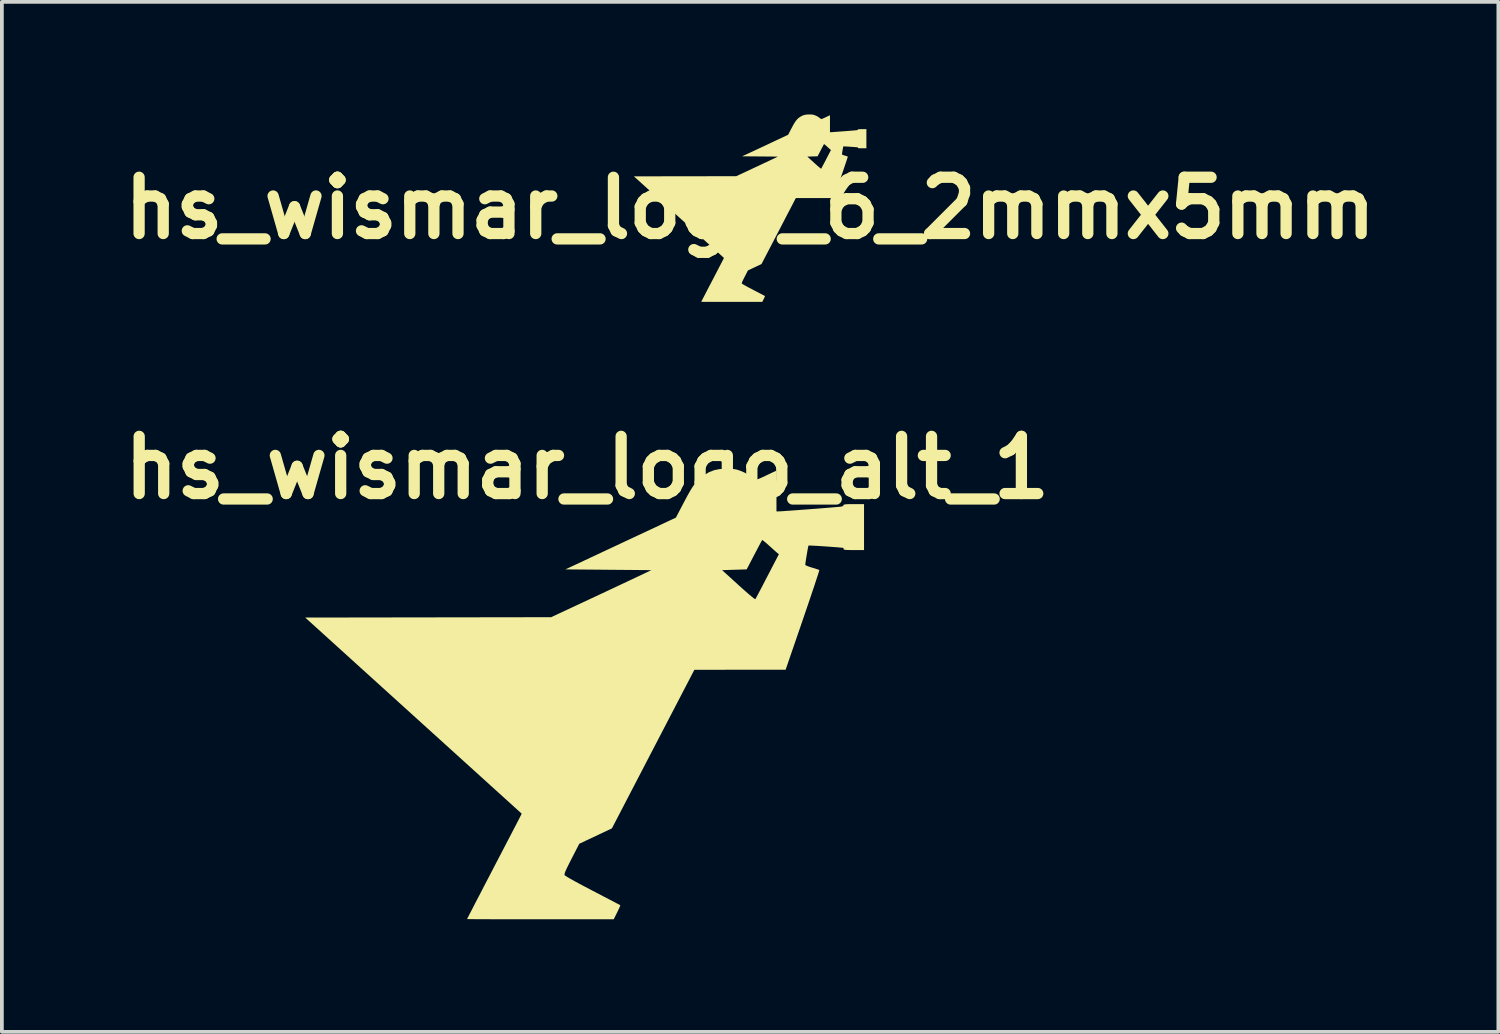
<source format=kicad_pcb>
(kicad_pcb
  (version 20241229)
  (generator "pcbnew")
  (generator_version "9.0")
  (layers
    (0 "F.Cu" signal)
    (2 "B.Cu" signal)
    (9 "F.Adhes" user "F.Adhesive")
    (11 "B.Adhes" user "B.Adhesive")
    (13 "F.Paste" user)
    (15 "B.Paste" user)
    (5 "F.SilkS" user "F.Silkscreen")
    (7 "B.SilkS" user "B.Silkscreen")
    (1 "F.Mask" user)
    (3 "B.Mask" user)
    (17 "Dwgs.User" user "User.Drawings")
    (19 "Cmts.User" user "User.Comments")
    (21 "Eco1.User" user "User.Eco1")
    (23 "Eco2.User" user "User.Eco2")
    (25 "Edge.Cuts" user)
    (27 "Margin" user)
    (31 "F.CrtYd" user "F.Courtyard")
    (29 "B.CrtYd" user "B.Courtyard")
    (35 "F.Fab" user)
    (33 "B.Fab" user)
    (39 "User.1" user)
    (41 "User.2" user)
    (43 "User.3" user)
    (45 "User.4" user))
  (footprint "hs_wismar_logo_6_2mmx5mm"
    (layer "F.Cu")
    (at 16.943 2.496)
    (property "Reference" "hs_wismar_logo_6_2mmx5mm" (at 0 0 0) (layer "F.SilkS") (effects (font (size 1.5 1.5) (thickness 0.3))))
    (attr board_only exclude_from_pos_files exclude_from_bom)
    (fp_poly (pts (xy 1.62 -2.495) (xy 1.655 -2.493) (xy 1.685 -2.487) (xy 1.716 -2.478) (xy 1.716 -2.478) (xy 1.771 -2.455) (xy 1.823 -2.425) (xy 1.866 -2.393) (xy 1.871 -2.389) (xy 1.88 -2.381) (xy 1.888 -2.376) (xy 1.898 -2.374) (xy 1.912 -2.377) (xy 1.932 -2.384) (xy 1.961 -2.397) (xy 2.001 -2.415) (xy 2.033 -2.43) (xy 2.128 -2.475) (xy 2.128 -2.249) (xy 2.128 -2.023) (xy 2.15 -2.023) (xy 2.165 -2.023) (xy 2.193 -2.025) (xy 2.233 -2.028) (xy 2.283 -2.031) (xy 2.34 -2.036) (xy 2.402 -2.04) (xy 2.468 -2.045) (xy 2.534 -2.05) (xy 2.599 -2.055) (xy 2.662 -2.06) (xy 2.718 -2.065) (xy 2.767 -2.069) (xy 2.806 -2.072) (xy 2.833 -2.075) (xy 2.846 -2.076) (xy 2.865 -2.082) (xy 2.873 -2.092) (xy 2.875 -2.097) (xy 2.884 -2.1) (xy 2.902 -2.102) (xy 2.931 -2.103) (xy 2.973 -2.104) (xy 2.986 -2.104) (xy 3.099 -2.104) (xy 3.099 -1.849) (xy 3.099 -1.594) (xy 2.986 -1.594) (xy 2.94 -1.594) (xy 2.908 -1.595) (xy 2.888 -1.597) (xy 2.877 -1.6) (xy 2.873 -1.604) (xy 2.873 -1.606) (xy 2.871 -1.617) (xy 2.871 -1.619) (xy 2.839 -1.622) (xy 2.798 -1.625) (xy 2.752 -1.629) (xy 2.703 -1.632) (xy 2.653 -1.636) (xy 2.605 -1.639) (xy 2.561 -1.642) (xy 2.525 -1.643) (xy 2.499 -1.644) (xy 2.485 -1.644) (xy 2.483 -1.644) (xy 2.481 -1.635) (xy 2.477 -1.614) (xy 2.471 -1.584) (xy 2.465 -1.548) (xy 2.459 -1.512) (xy 2.454 -1.478) (xy 2.45 -1.45) (xy 2.448 -1.432) (xy 2.448 -1.429) (xy 2.455 -1.424) (xy 2.474 -1.416) (xy 2.503 -1.406) (xy 2.523 -1.399) (xy 2.556 -1.389) (xy 2.583 -1.381) (xy 2.6 -1.374) (xy 2.603 -1.372) (xy 2.602 -1.364) (xy 2.595 -1.342) (xy 2.584 -1.307) (xy 2.569 -1.26) (xy 2.55 -1.203) (xy 2.527 -1.136) (xy 2.502 -1.062) (xy 2.475 -0.981) (xy 2.445 -0.894) (xy 2.419 -0.817) (xy 2.23 -0.267) (xy 1.724 -0.267) (xy 1.218 -0.267) (xy 1.066 0.027) (xy 1.037 0.082) (xy 1.001 0.15) (xy 0.96 0.229) (xy 0.915 0.316) (xy 0.866 0.411) (xy 0.815 0.509) (xy 0.762 0.611) (xy 0.708 0.714) (xy 0.655 0.816) (xy 0.608 0.906) (xy 0.303 1.492) (xy 0.122 1.577) (xy -0.059 1.663) (xy -0.144 1.829) (xy -0.172 1.884) (xy -0.193 1.926) (xy -0.207 1.957) (xy -0.217 1.98) (xy -0.221 1.996) (xy -0.222 2.006) (xy -0.221 2.011) (xy -0.211 2.019) (xy -0.189 2.033) (xy -0.155 2.053) (xy -0.109 2.078) (xy -0.055 2.108) (xy 0.009 2.141) (xy 0.079 2.178) (xy 0.09 2.184) (xy 0.155 2.218) (xy 0.215 2.249) (xy 0.269 2.277) (xy 0.315 2.301) (xy 0.352 2.321) (xy 0.379 2.335) (xy 0.394 2.343) (xy 0.396 2.344) (xy 0.394 2.352) (xy 0.386 2.372) (xy 0.374 2.399) (xy 0.362 2.424) (xy 0.324 2.5) (xy -0.489 2.5) (xy -0.603 2.5) (xy -0.711 2.5) (xy -0.814 2.5) (xy -0.91 2.5) (xy -0.998 2.5) (xy -1.077 2.5) (xy -1.146 2.499) (xy -1.204 2.499) (xy -1.249 2.499) (xy -1.282 2.498) (xy -1.299 2.498) (xy -1.303 2.498) (xy -1.299 2.49) (xy -1.289 2.47) (xy -1.272 2.437) (xy -1.249 2.393) (xy -1.221 2.339) (xy -1.189 2.277) (xy -1.153 2.207) (xy -1.113 2.13) (xy -1.07 2.048) (xy -1.025 1.962) (xy -1.023 1.958) (xy -0.977 1.87) (xy -0.933 1.785) (xy -0.891 1.705) (xy -0.853 1.631) (xy -0.818 1.563) (xy -0.787 1.504) (xy -0.761 1.454) (xy -0.741 1.415) (xy -0.727 1.388) (xy -0.72 1.375) (xy -0.697 1.329) (xy -1.897 0.242) (xy -3.098 -0.846) (xy -1.734 -0.848) (xy -0.37 -0.85) (xy 0.116 -1.077) (xy 0.202 -1.117) (xy 0.284 -1.156) (xy 0.363 -1.193) (xy 0.436 -1.227) (xy 0.502 -1.258) (xy 0.559 -1.285) (xy 0.607 -1.308) (xy 0.643 -1.325) (xy 0.667 -1.336) (xy 0.672 -1.338) (xy 0.74 -1.372) (xy 1.525 -1.372) (xy 1.706 -1.207) (xy 1.752 -1.166) (xy 1.793 -1.129) (xy 1.83 -1.098) (xy 1.859 -1.073) (xy 1.88 -1.057) (xy 1.892 -1.049) (xy 1.893 -1.049) (xy 1.898 -1.058) (xy 1.91 -1.079) (xy 1.927 -1.111) (xy 1.949 -1.153) (xy 1.975 -1.202) (xy 2.004 -1.256) (xy 2.027 -1.302) (xy 2.155 -1.548) (xy 2.134 -1.565) (xy 2.12 -1.577) (xy 2.097 -1.597) (xy 2.069 -1.623) (xy 2.044 -1.646) (xy 2.016 -1.67) (xy 1.993 -1.69) (xy 1.977 -1.702) (xy 1.97 -1.705) (xy 1.965 -1.697) (xy 1.954 -1.677) (xy 1.937 -1.646) (xy 1.917 -1.607) (xy 1.893 -1.563) (xy 1.882 -1.54) (xy 1.798 -1.38) (xy 1.662 -1.376) (xy 1.525 -1.372) (xy 0.74 -1.372) (xy 0.264 -1.376) (xy -0.213 -1.38) (xy 0.037 -1.496) (xy 0.111 -1.53) (xy 0.175 -1.561) (xy 0.234 -1.588) (xy 0.288 -1.613) (xy 0.341 -1.638) (xy 0.395 -1.663) (xy 0.451 -1.69) (xy 0.513 -1.719) (xy 0.583 -1.752) (xy 0.663 -1.79) (xy 0.751 -1.831) (xy 1.013 -1.954) (xy 1.103 -2.127) (xy 1.141 -2.198) (xy 1.174 -2.256) (xy 1.204 -2.303) (xy 1.232 -2.341) (xy 1.259 -2.372) (xy 1.288 -2.398) (xy 1.319 -2.422) (xy 1.329 -2.428) (xy 1.385 -2.46) (xy 1.44 -2.481) (xy 1.5 -2.492) (xy 1.569 -2.496) (xy 1.574 -2.496)) (stroke (width 0) (type solid)) (fill yes) (layer "F.SilkS")))
  (footprint "hs_wismar_logo_alt_1"
    (layer "F.Cu")
    (at 12.598 15.415)
    (property "Reference" "hs_wismar_logo_alt_1" (at 0 -6 0) (layer "F.SilkS") (effects (font (size 1.524 1.524) (thickness 0.3))))
    (attr board_only exclude_from_pos_files exclude_from_bom)
    (fp_poly (pts (xy 3.826 -5.97) (xy 3.911 -5.963) (xy 3.983 -5.95) (xy 4.055 -5.928) (xy 4.057 -5.928) (xy 4.19 -5.872) (xy 4.314 -5.802) (xy 4.417 -5.725) (xy 4.428 -5.715) (xy 4.45 -5.696) (xy 4.47 -5.683) (xy 4.494 -5.679) (xy 4.528 -5.685) (xy 4.577 -5.703) (xy 4.646 -5.733) (xy 4.742 -5.778) (xy 4.818 -5.814) (xy 5.047 -5.922) (xy 5.047 -4.835) (xy 5.1 -4.835) (xy 5.135 -4.836) (xy 5.203 -4.84) (xy 5.299 -4.847) (xy 5.418 -4.855) (xy 5.556 -4.865) (xy 5.705 -4.876) (xy 5.863 -4.888) (xy 6.023 -4.9) (xy 6.18 -4.912) (xy 6.329 -4.924) (xy 6.465 -4.935) (xy 6.582 -4.945) (xy 6.677 -4.953) (xy 6.742 -4.959) (xy 6.773 -4.962) (xy 6.819 -4.978) (xy 6.836 -5.001) (xy 6.842 -5.012) (xy 6.864 -5.02) (xy 6.907 -5.025) (xy 6.976 -5.028) (xy 7.078 -5.029) (xy 7.108 -5.029) (xy 7.381 -5.029) (xy 7.381 -3.804) (xy 7.108 -3.804) (xy 6.999 -3.805) (xy 6.922 -3.807) (xy 6.873 -3.811) (xy 6.847 -3.818) (xy 6.837 -3.828) (xy 6.836 -3.833) (xy 6.833 -3.859) (xy 6.831 -3.863) (xy 6.755 -3.87) (xy 6.658 -3.879) (xy 6.547 -3.887) (xy 6.428 -3.896) (xy 6.308 -3.904) (xy 6.192 -3.912) (xy 6.087 -3.918) (xy 6 -3.922) (xy 5.937 -3.925) (xy 5.904 -3.925) (xy 5.901 -3.924) (xy 5.895 -3.902) (xy 5.884 -3.851) (xy 5.871 -3.779) (xy 5.857 -3.694) (xy 5.842 -3.607) (xy 5.83 -3.526) (xy 5.82 -3.459) (xy 5.815 -3.415) (xy 5.815 -3.408) (xy 5.832 -3.395) (xy 5.879 -3.375) (xy 5.947 -3.351) (xy 5.997 -3.336) (xy 6.076 -3.312) (xy 6.14 -3.291) (xy 6.18 -3.276) (xy 6.189 -3.271) (xy 6.185 -3.251) (xy 6.169 -3.197) (xy 6.142 -3.113) (xy 6.105 -3.001) (xy 6.06 -2.863) (xy 6.006 -2.704) (xy 5.946 -2.525) (xy 5.88 -2.33) (xy 5.809 -2.122) (xy 5.746 -1.937) (xy 5.291 -0.614) (xy 4.075 -0.614) (xy 2.859 -0.613) (xy 1.76 1.5) (xy 0.661 3.614) (xy 0.226 3.819) (xy -0.209 4.024) (xy -0.414 4.423) (xy -0.481 4.555) (xy -0.531 4.656) (xy -0.567 4.732) (xy -0.589 4.787) (xy -0.6 4.824) (xy -0.602 4.849) (xy -0.598 4.861) (xy -0.576 4.879) (xy -0.522 4.913) (xy -0.44 4.961) (xy -0.331 5.022) (xy -0.199 5.093) (xy -0.047 5.174) (xy 0.122 5.263) (xy 0.149 5.277) (xy 0.304 5.357) (xy 0.448 5.433) (xy 0.577 5.5) (xy 0.689 5.558) (xy 0.779 5.606) (xy 0.843 5.639) (xy 0.878 5.658) (xy 0.884 5.662) (xy 0.88 5.681) (xy 0.861 5.727) (xy 0.83 5.793) (xy 0.801 5.853) (xy 0.71 6.037) (xy -1.245 6.037) (xy -1.517 6.037) (xy -1.778 6.037) (xy -2.025 6.037) (xy -2.255 6.036) (xy -2.467 6.036) (xy -2.657 6.035) (xy -2.823 6.034) (xy -2.962 6.034) (xy -3.071 6.033) (xy -3.148 6.032) (xy -3.191 6.031) (xy -3.199 6.031) (xy -3.191 6.013) (xy -3.165 5.963) (xy -3.125 5.884) (xy -3.07 5.779) (xy -3.004 5.65) (xy -2.926 5.5) (xy -2.838 5.332) (xy -2.743 5.147) (xy -2.64 4.95) (xy -2.532 4.743) (xy -2.527 4.732) (xy -2.417 4.521) (xy -2.311 4.318) (xy -2.211 4.126) (xy -2.118 3.947) (xy -2.033 3.785) (xy -1.96 3.643) (xy -1.897 3.523) (xy -1.849 3.429) (xy -1.815 3.364) (xy -1.798 3.331) (xy -1.743 3.222) (xy -4.628 0.609) (xy -7.513 -2.005) (xy -4.236 -2.01) (xy -0.958 -2.015) (xy 0.212 -2.562) (xy 0.417 -2.658) (xy 0.615 -2.751) (xy 0.804 -2.84) (xy 0.979 -2.922) (xy 1.138 -2.997) (xy 1.276 -3.062) (xy 1.391 -3.116) (xy 1.478 -3.157) (xy 1.535 -3.184) (xy 1.546 -3.189) (xy 1.711 -3.269) (xy 3.598 -3.269) (xy 4.033 -2.874) (xy 4.142 -2.775) (xy 4.242 -2.687) (xy 4.329 -2.612) (xy 4.4 -2.553) (xy 4.451 -2.513) (xy 4.479 -2.495) (xy 4.483 -2.494) (xy 4.495 -2.515) (xy 4.523 -2.566) (xy 4.564 -2.643) (xy 4.617 -2.743) (xy 4.679 -2.861) (xy 4.747 -2.993) (xy 4.804 -3.102) (xy 5.112 -3.694) (xy 5.062 -3.734) (xy 5.028 -3.764) (xy 4.973 -3.812) (xy 4.906 -3.873) (xy 4.844 -3.928) (xy 4.778 -3.987) (xy 4.722 -4.034) (xy 4.683 -4.064) (xy 4.666 -4.071) (xy 4.654 -4.052) (xy 4.627 -4.002) (xy 4.588 -3.929) (xy 4.539 -3.836) (xy 4.483 -3.729) (xy 4.454 -3.675) (xy 4.253 -3.289) (xy 3.926 -3.279) (xy 3.598 -3.269) (xy 1.711 -3.269) (xy 0.567 -3.279) (xy -0.578 -3.289) (xy 0.894 -3.979) (xy 2.367 -4.669) (xy 2.584 -5.084) (xy 2.675 -5.255) (xy 2.754 -5.394) (xy 2.826 -5.508) (xy 2.893 -5.599) (xy 2.959 -5.674) (xy 3.028 -5.737) (xy 3.103 -5.793) (xy 3.127 -5.809) (xy 3.261 -5.885) (xy 3.393 -5.935) (xy 3.537 -5.963) (xy 3.704 -5.972) (xy 3.715 -5.972)) (stroke (width 0) (type solid)) (fill yes) (layer "F.SilkS")))
  (gr_rect
    (start -3 -3)
    (end 36.886 24.452)
    (stroke (width 0.1) (type default))
    (fill no)
    (layer "Edge.Cuts")))
</source>
